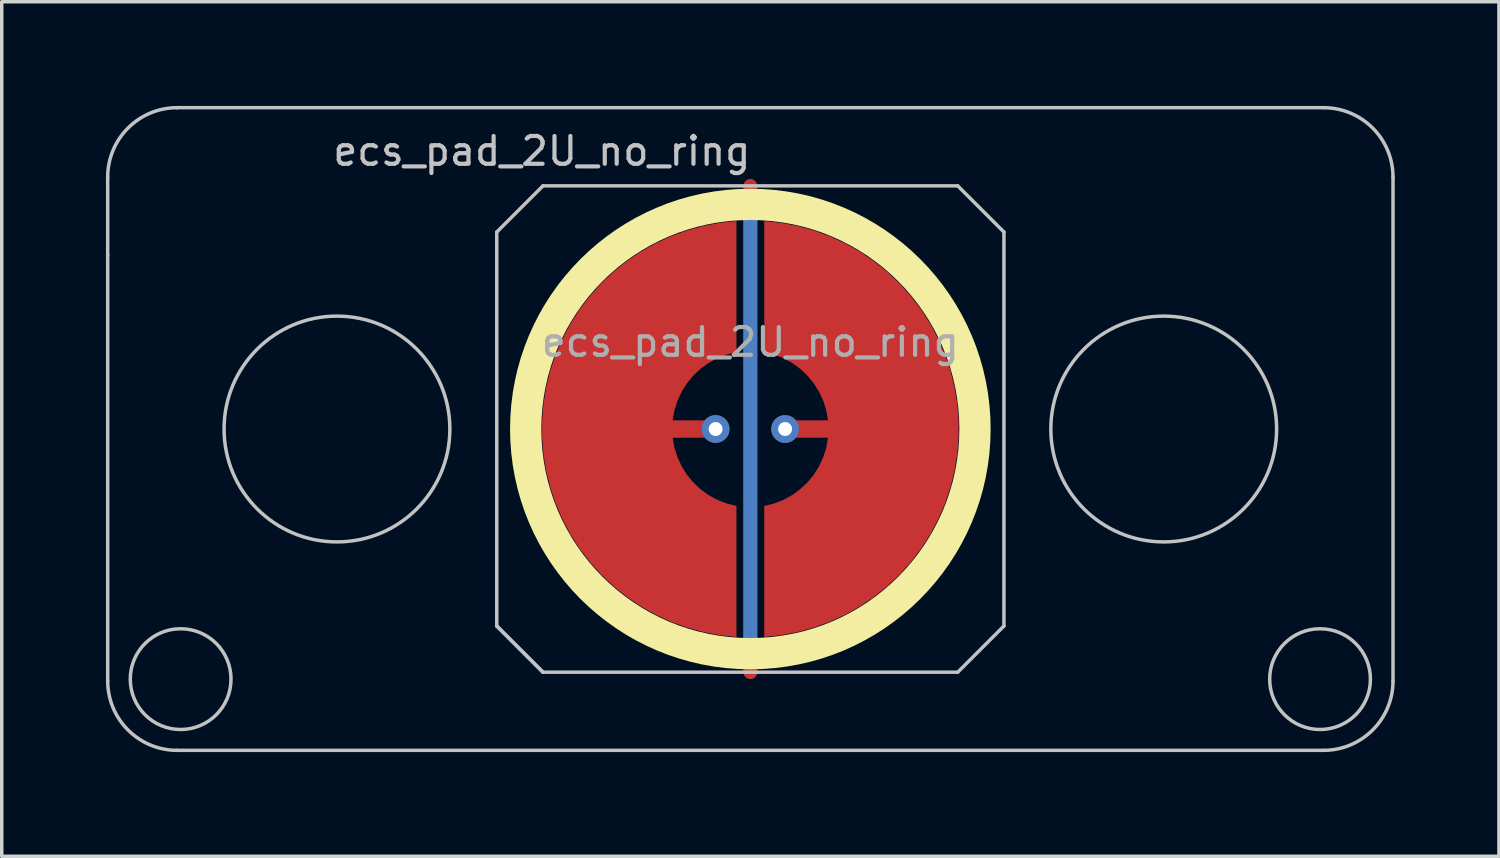
<source format=kicad_pcb>
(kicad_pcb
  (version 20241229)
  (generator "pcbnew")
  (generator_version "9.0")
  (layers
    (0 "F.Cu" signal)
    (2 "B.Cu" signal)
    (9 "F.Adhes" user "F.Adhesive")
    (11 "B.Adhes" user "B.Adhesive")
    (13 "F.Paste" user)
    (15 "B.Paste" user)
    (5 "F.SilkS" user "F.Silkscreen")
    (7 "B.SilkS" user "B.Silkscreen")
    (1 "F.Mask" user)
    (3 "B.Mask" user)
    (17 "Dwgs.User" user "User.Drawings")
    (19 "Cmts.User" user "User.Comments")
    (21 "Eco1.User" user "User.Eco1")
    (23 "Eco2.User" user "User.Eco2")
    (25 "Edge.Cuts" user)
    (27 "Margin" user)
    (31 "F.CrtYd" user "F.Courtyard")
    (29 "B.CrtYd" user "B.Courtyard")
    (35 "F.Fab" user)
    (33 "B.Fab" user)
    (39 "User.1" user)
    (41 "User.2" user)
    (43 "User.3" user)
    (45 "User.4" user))
  (footprint "ecs_pad_2U_no_ring"
    (layer "F.Cu")
    (at 18.55 9.3)
    (property "Reference" "ecs_pad_2U_no_ring" (at -6 -8 0) (layer "Dwgs.User") (effects (font (size 0.8 0.8) (thickness 0.12))))
    (attr smd)
    (fp_circle (center 0 0) (end 6.467 0) (stroke (width 0.9) (type solid)) (fill no) (layer "F.SilkS"))
    (fp_line (start -18.5 -5) (end -18.5 -7.25) (stroke (width 0.1) (type solid)) (layer "Dwgs.User"))
    (fp_line (start -18.5 -5) (end -18.5 7.25) (stroke (width 0.1) (type solid)) (layer "Dwgs.User"))
    (fp_line (start -16.5 -9.25) (end 16.5 -9.25) (stroke (width 0.1) (type solid)) (layer "Dwgs.User"))
    (fp_line (start -16.5 9.25) (end 16.5 9.25) (stroke (width 0.1) (type solid)) (layer "Dwgs.User"))
    (fp_line (start -7.3 -5.67) (end -5.97 -7) (stroke (width 0.1) (type solid)) (layer "Dwgs.User"))
    (fp_line (start -7.3 5.67) (end -7.3 -5.67) (stroke (width 0.1) (type solid)) (layer "Dwgs.User"))
    (fp_line (start -7.3 5.67) (end -5.97 7) (stroke (width 0.1) (type solid)) (layer "Dwgs.User"))
    (fp_line (start -5.97 -7) (end 5.97 -7) (stroke (width 0.1) (type solid)) (layer "Dwgs.User"))
    (fp_line (start -5.97 7) (end -7.3 5.67) (stroke (width 0.1) (type solid)) (layer "Dwgs.User"))
    (fp_line (start 5.97 -7) (end 7.3 -5.67) (stroke (width 0.1) (type solid)) (layer "Dwgs.User"))
    (fp_line (start 5.97 7) (end -5.97 7) (stroke (width 0.1) (type solid)) (layer "Dwgs.User"))
    (fp_line (start 7.3 -5.67) (end 7.3 5.67) (stroke (width 0.1) (type solid)) (layer "Dwgs.User"))
    (fp_line (start 7.3 5.67) (end 5.97 7) (stroke (width 0.1) (type solid)) (layer "Dwgs.User"))
    (fp_line (start 18.5 -7.25) (end 18.5 7.25) (stroke (width 0.1) (type solid)) (layer "Dwgs.User"))
    (fp_arc (start -18.5 -7.25) (mid -17.914214 -8.664214) (end -16.5 -9.25) (stroke (width 0.1) (type solid)) (layer "Dwgs.User"))
    (fp_arc (start -16.5 9.25) (mid -17.914214 8.664214) (end -18.5 7.25) (stroke (width 0.1) (type solid)) (layer "Dwgs.User"))
    (fp_arc (start 16.5 -9.25) (mid 17.914214 -8.664214) (end 18.5 -7.25) (stroke (width 0.1) (type solid)) (layer "Dwgs.User"))
    (fp_arc (start 18.5 7.25) (mid 17.914214 8.664214) (end 16.5 9.25) (stroke (width 0.1) (type solid)) (layer "Dwgs.User"))
    (fp_circle (center -16.4 7.2) (end -14.95 7.2) (stroke (width 0.1) (type solid)) (fill no) (layer "Dwgs.User"))
    (fp_circle (center -11.9 0) (end -8.65 0) (stroke (width 0.1) (type solid)) (fill no) (layer "Dwgs.User"))
    (fp_circle (center 11.9 0) (end 15.15 0) (stroke (width 0.1) (type solid)) (fill no) (layer "Dwgs.User"))
    (fp_circle (center 16.4 7.2) (end 17.85 7.2) (stroke (width 0.1) (type solid)) (fill no) (layer "Dwgs.User"))
    (fp_text user "${REFERENCE}" (at 0 -2.5 0) (layer "F.Fab") (effects (font (size 0.8 0.8) (thickness 0.12))))
    (pad "1" smd custom (at -1 0) (size 0.4 0.4) (layers "F.Cu") (options (anchor circle)) (primitives (gr_poly (pts (xy 0.6 -2.214) (xy 0.32 -2.145) (xy 0.052 -2.041) (xy -0.201 -1.903) (xy -0.434 -1.734) (xy -0.644 -1.536) (xy -0.826 -1.314) (xy -0.979 -1.07) (xy -1.1 -0.808) (xy -1.186 -0.534) (xy -1.236 -0.25) (xy 0 -0.25) (xy 0.096 -0.231) (xy 0.177 -0.177) (xy 0.231 -0.096) (xy 0.25 0) (xy 0.231 0.096) (xy 0.177 0.177) (xy 0.096 0.231) (xy 0 0.25) (xy -1.236 0.25) (xy -1.186 0.534) (xy -1.1 0.808) (xy -0.979 1.07) (xy -0.826 1.314) (xy -0.644 1.536) (xy -0.434 1.734) (xy -0.201 1.903) (xy 0.052 2.041) (xy 0.32 2.145) (xy 0.6 2.214) (xy 0.6 5.987) (xy 0.115 5.934) (xy -0.364 5.843) (xy -0.834 5.713) (xy -1.292 5.545) (xy -1.735 5.341) (xy -2.159 5.101) (xy -2.563 4.827) (xy -2.943 4.522) (xy -3.298 4.187) (xy -3.623 3.824) (xy -3.919 3.436) (xy -4.182 3.025) (xy -4.41 2.594) (xy -4.603 2.147) (xy -4.759 1.684) (xy -4.876 1.211) (xy -4.955 0.73) (xy -4.995 0.244) (xy -4.995 -0.244) (xy -4.955 -0.73) (xy -4.876 -1.211) (xy -4.759 -1.684) (xy -4.603 -2.147) (xy -4.41 -2.594) (xy -4.182 -3.025) (xy -3.919 -3.436) (xy -3.623 -3.824) (xy -3.298 -4.187) (xy -2.943 -4.522) (xy -2.563 -4.827) (xy -2.159 -5.101) (xy -1.735 -5.341) (xy -1.292 -5.545) (xy -0.834 -5.713) (xy -0.364 -5.843) (xy 0.115 -5.934) (xy 0.6 -5.987)) (width 0) (fill yes))))
    (pad "1" thru_hole circle (at -1 0) (size 0.8 0.8) (drill 0.4) (layers "*.Cu"))
    (pad "2" smd custom (at 1 0 180) (size 0.4 0.4) (layers "F.Cu") (options (anchor circle)) (primitives (gr_poly (pts (xy 0.6 -2.214) (xy 0.32 -2.145) (xy 0.052 -2.041) (xy -0.201 -1.903) (xy -0.434 -1.734) (xy -0.644 -1.536) (xy -0.826 -1.314) (xy -0.979 -1.07) (xy -1.1 -0.808) (xy -1.186 -0.534) (xy -1.236 -0.25) (xy 0 -0.25) (xy 0.096 -0.231) (xy 0.177 -0.177) (xy 0.231 -0.096) (xy 0.25 0) (xy 0.231 0.096) (xy 0.177 0.177) (xy 0.096 0.231) (xy 0 0.25) (xy -1.236 0.25) (xy -1.186 0.534) (xy -1.1 0.808) (xy -0.979 1.07) (xy -0.826 1.314) (xy -0.644 1.536) (xy -0.434 1.734) (xy -0.201 1.903) (xy 0.052 2.041) (xy 0.32 2.145) (xy 0.6 2.214) (xy 0.6 5.987) (xy 0.115 5.934) (xy -0.364 5.843) (xy -0.834 5.713) (xy -1.292 5.545) (xy -1.735 5.341) (xy -2.159 5.101) (xy -2.563 4.827) (xy -2.943 4.522) (xy -3.298 4.187) (xy -3.623 3.824) (xy -3.919 3.436) (xy -4.182 3.025) (xy -4.41 2.594) (xy -4.603 2.147) (xy -4.759 1.684) (xy -4.876 1.211) (xy -4.955 0.73) (xy -4.995 0.244) (xy -4.995 -0.244) (xy -4.955 -0.73) (xy -4.876 -1.211) (xy -4.759 -1.684) (xy -4.603 -2.147) (xy -4.41 -2.594) (xy -4.182 -3.025) (xy -3.919 -3.436) (xy -3.623 -3.824) (xy -3.298 -4.187) (xy -2.943 -4.522) (xy -2.563 -4.827) (xy -2.159 -5.101) (xy -1.735 -5.341) (xy -1.292 -5.545) (xy -0.834 -5.713) (xy -0.364 -5.843) (xy 0.115 -5.934) (xy 0.6 -5.987)) (width 0) (fill yes))))
    (pad "2" thru_hole circle (at 1 0) (size 0.8 0.8) (drill 0.4) (layers "*.Cu"))
    (pad "3" smd custom (at 0 0) (size 0.4 0.4) (layers "F.Cu") (options (anchor rect)) (primitives (gr_line (start 0 -7) (end 0 7) (width 0.4))))
    (pad "3" smd custom (at 0 0) (size 0.4 0.4) (layers "B.Cu") (options (anchor rect)) (primitives (gr_line (start 0 -6.5) (end 0 6.5) (width 0.4))))
    (zone (net_name "") (layer "F.Cu") (hatch edge 0.508) (connect_pads) (min_thickness 0.254) (filled_areas_thickness no) (keepout (tracks allowed) (vias allowed) (pads allowed) (copperpour not_allowed) (footprints allowed)) (placement (enabled no)) (fill) (polygon (pts (xy 25.555 9.3) (xy 25.536 8.787) (xy 25.48 8.277) (xy 25.386 7.772) (xy 25.256 7.275) (xy 25.09 6.79) (xy 24.888 6.317) (xy 24.653 5.861) (xy 24.385 5.424) (xy 24.085 5.007) (xy 23.756 4.613) (xy 23.398 4.244) (xy 23.015 3.903) (xy 22.608 3.59) (xy 22.179 3.308) (xy 21.73 3.059) (xy 21.265 2.842) (xy 20.784 2.661) (xy 20.292 2.515) (xy 19.79 2.406) (xy 19.282 2.333) (xy 18.77 2.299) (xy 18.257 2.301) (xy 17.745 2.342) (xy 17.237 2.419) (xy 16.737 2.534) (xy 16.246 2.685) (xy 15.768 2.871) (xy 15.305 3.092) (xy 14.859 3.347) (xy 14.433 3.633) (xy 14.029 3.95) (xy 13.649 4.295) (xy 13.296 4.668) (xy 12.97 5.065) (xy 12.675 5.485) (xy 12.412 5.925) (xy 12.181 6.384) (xy 11.984 6.858) (xy 11.823 7.346) (xy 11.698 7.844) (xy 11.61 8.349) (xy 11.559 8.86) (xy 11.545 9.373) (xy 11.57 9.886) (xy 11.631 10.396) (xy 11.73 10.9) (xy 11.866 11.395) (xy 12.037 11.879) (xy 12.243 12.349) (xy 12.484 12.802) (xy 12.756 13.237) (xy 13.06 13.651) (xy 13.394 14.041) (xy 13.755 14.406) (xy 14.142 14.744) (xy 14.552 15.052) (xy 14.984 15.329) (xy 15.435 15.574) (xy 15.903 15.786) (xy 16.385 15.962) (xy 16.879 16.103) (xy 17.382 16.207) (xy 17.891 16.274) (xy 18.403 16.303) (xy 18.917 16.295) (xy 19.428 16.25) (xy 19.935 16.167) (xy 20.434 16.047) (xy 20.923 15.891) (xy 21.399 15.699) (xy 21.86 15.473) (xy 22.303 15.214) (xy 22.726 14.924) (xy 23.127 14.603) (xy 23.503 14.253) (xy 23.853 13.877) (xy 24.174 13.476) (xy 24.464 13.053) (xy 24.723 12.61) (xy 24.949 12.149) (xy 25.141 11.673) (xy 25.297 11.184) (xy 25.417 10.685) (xy 25.5 10.178) (xy 25.545 9.667))))
    (zone (net_name "") (layer "B.Cu") (hatch edge 0.508) (connect_pads) (min_thickness 0.254) (filled_areas_thickness no) (keepout (tracks allowed) (vias allowed) (pads allowed) (copperpour not_allowed) (footprints allowed)) (placement (enabled no)) (fill) (polygon (pts (xy 25.108 9.3) (xy 25.088 8.785) (xy 25.028 8.274) (xy 24.927 7.769) (xy 24.787 7.273) (xy 24.609 6.79) (xy 24.393 6.323) (xy 24.142 5.873) (xy 23.856 5.445) (xy 23.537 5.041) (xy 23.187 4.663) (xy 22.809 4.313) (xy 22.405 3.994) (xy 21.977 3.708) (xy 21.527 3.457) (xy 21.06 3.241) (xy 20.577 3.063) (xy 20.081 2.923) (xy 19.576 2.822) (xy 19.065 2.762) (xy 18.55 2.742) (xy 18.035 2.762) (xy 17.524 2.822) (xy 17.019 2.923) (xy 16.523 3.063) (xy 16.04 3.241) (xy 15.573 3.457) (xy 15.123 3.708) (xy 14.695 3.994) (xy 14.291 4.313) (xy 13.913 4.663) (xy 13.563 5.041) (xy 13.244 5.445) (xy 12.958 5.873) (xy 12.707 6.323) (xy 12.491 6.79) (xy 12.313 7.273) (xy 12.173 7.769) (xy 12.072 8.274) (xy 12.012 8.785) (xy 11.992 9.3) (xy 12.012 9.815) (xy 12.072 10.326) (xy 12.173 10.831) (xy 12.313 11.327) (xy 12.491 11.81) (xy 12.707 12.277) (xy 12.958 12.727) (xy 13.244 13.155) (xy 13.563 13.559) (xy 13.913 13.937) (xy 14.291 14.287) (xy 14.695 14.606) (xy 15.123 14.892) (xy 15.573 15.143) (xy 16.04 15.359) (xy 16.523 15.537) (xy 17.019 15.677) (xy 17.524 15.778) (xy 18.035 15.838) (xy 18.55 15.858) (xy 19.065 15.838) (xy 19.576 15.778) (xy 20.081 15.677) (xy 20.577 15.537) (xy 21.06 15.359) (xy 21.527 15.143) (xy 21.977 14.892) (xy 22.405 14.606) (xy 22.809 14.287) (xy 23.187 13.937) (xy 23.537 13.559) (xy 23.856 13.155) (xy 24.142 12.727) (xy 24.393 12.277) (xy 24.609 11.81) (xy 24.787 11.327) (xy 24.927 10.831) (xy 25.028 10.326) (xy 25.088 9.815)))))
  (gr_rect
    (start -3 -3)
    (end 40.1 21.6)
    (stroke (width 0.1) (type default))
    (fill no)
    (layer "Edge.Cuts")))
</source>
